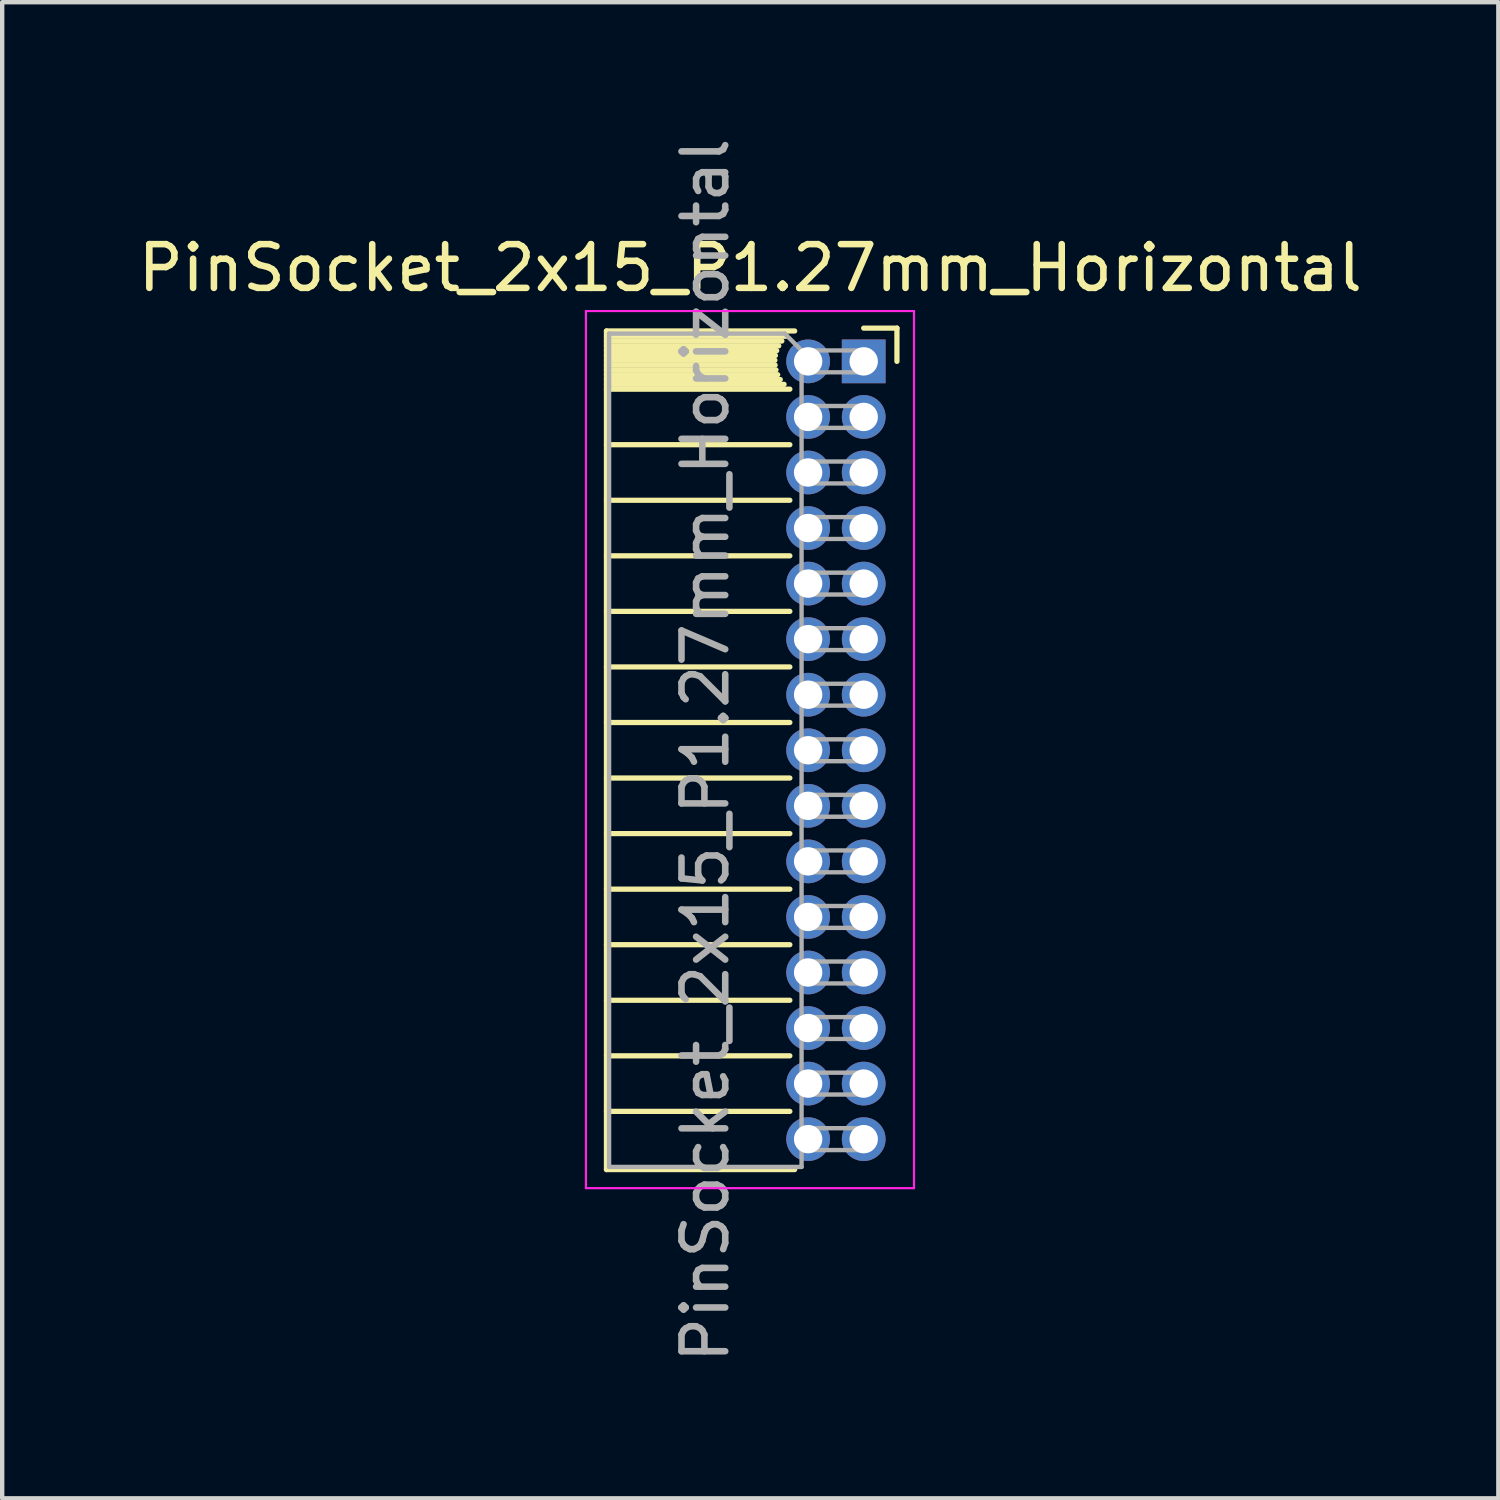
<source format=kicad_pcb>
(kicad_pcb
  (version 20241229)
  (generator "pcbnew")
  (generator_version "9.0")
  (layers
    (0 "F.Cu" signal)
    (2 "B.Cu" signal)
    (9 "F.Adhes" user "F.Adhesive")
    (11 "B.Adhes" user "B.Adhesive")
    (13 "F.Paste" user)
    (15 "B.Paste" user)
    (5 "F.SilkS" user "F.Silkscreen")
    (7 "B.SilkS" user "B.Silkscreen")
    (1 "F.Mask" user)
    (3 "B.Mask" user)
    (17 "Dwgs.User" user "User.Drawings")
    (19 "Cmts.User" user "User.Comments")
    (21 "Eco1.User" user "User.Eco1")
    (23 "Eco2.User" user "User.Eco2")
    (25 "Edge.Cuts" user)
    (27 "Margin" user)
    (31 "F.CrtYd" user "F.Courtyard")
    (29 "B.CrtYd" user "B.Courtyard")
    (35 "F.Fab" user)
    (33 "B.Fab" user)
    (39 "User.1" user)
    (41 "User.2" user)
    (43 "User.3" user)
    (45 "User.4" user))
  (footprint "PinSocket_2x15_P1.27mm_Horizontal"
    (layer "F.Cu")
    (at 16.694 5.211)
    (property "Reference" "PinSocket_2x15_P1.27mm_Horizontal" (at -2.592 -2.135 0) (layer "F.SilkS") (effects (font (size 1 1) (thickness 0.15))))
    (attr through_hole)
    (fp_line (start -5.88 -0.695) (end -5.88 18.475) (stroke (width 0.12) (type solid)) (layer "F.SilkS"))
    (fp_line (start -5.88 -0.695) (end -1.578 -0.695) (stroke (width 0.12) (type solid)) (layer "F.SilkS"))
    (fp_line (start -5.88 -0.575) (end -1.767 -0.575) (stroke (width 0.12) (type solid)) (layer "F.SilkS"))
    (fp_line (start -5.88 -0.465) (end -1.871 -0.465) (stroke (width 0.12) (type solid)) (layer "F.SilkS"))
    (fp_line (start -5.88 -0.355) (end -1.942 -0.355) (stroke (width 0.12) (type solid)) (layer "F.SilkS"))
    (fp_line (start -5.88 -0.245) (end -1.989 -0.245) (stroke (width 0.12) (type solid)) (layer "F.SilkS"))
    (fp_line (start -5.88 -0.135) (end -2.018 -0.135) (stroke (width 0.12) (type solid)) (layer "F.SilkS"))
    (fp_line (start -5.88 -0.025) (end -2.03 -0.025) (stroke (width 0.12) (type solid)) (layer "F.SilkS"))
    (fp_line (start -5.88 0.085) (end -2.025 0.085) (stroke (width 0.12) (type solid)) (layer "F.SilkS"))
    (fp_line (start -5.88 0.195) (end -2.005 0.195) (stroke (width 0.12) (type solid)) (layer "F.SilkS"))
    (fp_line (start -5.88 0.305) (end -1.966 0.305) (stroke (width 0.12) (type solid)) (layer "F.SilkS"))
    (fp_line (start -5.88 0.415) (end -1.907 0.415) (stroke (width 0.12) (type solid)) (layer "F.SilkS"))
    (fp_line (start -5.88 0.525) (end -1.82 0.525) (stroke (width 0.12) (type solid)) (layer "F.SilkS"))
    (fp_line (start -5.88 0.635) (end -1.688 0.635) (stroke (width 0.12) (type solid)) (layer "F.SilkS"))
    (fp_line (start -5.88 1.905) (end -1.688 1.905) (stroke (width 0.12) (type solid)) (layer "F.SilkS"))
    (fp_line (start -5.88 3.175) (end -1.688 3.175) (stroke (width 0.12) (type solid)) (layer "F.SilkS"))
    (fp_line (start -5.88 4.445) (end -1.688 4.445) (stroke (width 0.12) (type solid)) (layer "F.SilkS"))
    (fp_line (start -5.88 5.715) (end -1.688 5.715) (stroke (width 0.12) (type solid)) (layer "F.SilkS"))
    (fp_line (start -5.88 6.985) (end -1.688 6.985) (stroke (width 0.12) (type solid)) (layer "F.SilkS"))
    (fp_line (start -5.88 8.255) (end -1.688 8.255) (stroke (width 0.12) (type solid)) (layer "F.SilkS"))
    (fp_line (start -5.88 9.525) (end -1.688 9.525) (stroke (width 0.12) (type solid)) (layer "F.SilkS"))
    (fp_line (start -5.88 10.795) (end -1.688 10.795) (stroke (width 0.12) (type solid)) (layer "F.SilkS"))
    (fp_line (start -5.88 12.065) (end -1.688 12.065) (stroke (width 0.12) (type solid)) (layer "F.SilkS"))
    (fp_line (start -5.88 13.335) (end -1.688 13.335) (stroke (width 0.12) (type solid)) (layer "F.SilkS"))
    (fp_line (start -5.88 14.605) (end -1.688 14.605) (stroke (width 0.12) (type solid)) (layer "F.SilkS"))
    (fp_line (start -5.88 15.875) (end -1.688 15.875) (stroke (width 0.12) (type solid)) (layer "F.SilkS"))
    (fp_line (start -5.88 17.145) (end -1.688 17.145) (stroke (width 0.12) (type solid)) (layer "F.SilkS"))
    (fp_line (start -5.88 18.475) (end -1.578 18.475) (stroke (width 0.12) (type solid)) (layer "F.SilkS"))
    (fp_line (start 0 -0.76) (end 0.76 -0.76) (stroke (width 0.12) (type solid)) (layer "F.SilkS"))
    (fp_line (start 0.76 -0.76) (end 0.76 0) (stroke (width 0.12) (type solid)) (layer "F.SilkS"))
    (fp_line (start -6.35 -1.15) (end -6.35 18.9) (stroke (width 0.05) (type solid)) (layer "F.CrtYd"))
    (fp_line (start -6.35 18.9) (end 1.15 18.9) (stroke (width 0.05) (type solid)) (layer "F.CrtYd"))
    (fp_line (start 1.15 -1.15) (end -6.35 -1.15) (stroke (width 0.05) (type solid)) (layer "F.CrtYd"))
    (fp_line (start 1.15 18.9) (end 1.15 -1.15) (stroke (width 0.05) (type solid)) (layer "F.CrtYd"))
    (fp_line (start -5.82 -0.635) (end -1.805 -0.635) (stroke (width 0.1) (type solid)) (layer "F.Fab"))
    (fp_line (start -5.82 18.415) (end -5.82 -0.635) (stroke (width 0.1) (type solid)) (layer "F.Fab"))
    (fp_line (start -1.805 -0.635) (end -1.42 -0.25) (stroke (width 0.1) (type solid)) (layer "F.Fab"))
    (fp_line (start -1.42 -0.25) (end -1.42 18.415) (stroke (width 0.1) (type solid)) (layer "F.Fab"))
    (fp_line (start -1.42 0.25) (end 0 0.25) (stroke (width 0.1) (type solid)) (layer "F.Fab"))
    (fp_line (start -1.42 1.52) (end 0 1.52) (stroke (width 0.1) (type solid)) (layer "F.Fab"))
    (fp_line (start -1.42 2.79) (end 0 2.79) (stroke (width 0.1) (type solid)) (layer "F.Fab"))
    (fp_line (start -1.42 4.06) (end 0 4.06) (stroke (width 0.1) (type solid)) (layer "F.Fab"))
    (fp_line (start -1.42 5.33) (end 0 5.33) (stroke (width 0.1) (type solid)) (layer "F.Fab"))
    (fp_line (start -1.42 6.6) (end 0 6.6) (stroke (width 0.1) (type solid)) (layer "F.Fab"))
    (fp_line (start -1.42 7.87) (end 0 7.87) (stroke (width 0.1) (type solid)) (layer "F.Fab"))
    (fp_line (start -1.42 9.14) (end 0 9.14) (stroke (width 0.1) (type solid)) (layer "F.Fab"))
    (fp_line (start -1.42 10.41) (end 0 10.41) (stroke (width 0.1) (type solid)) (layer "F.Fab"))
    (fp_line (start -1.42 11.68) (end 0 11.68) (stroke (width 0.1) (type solid)) (layer "F.Fab"))
    (fp_line (start -1.42 12.95) (end 0 12.95) (stroke (width 0.1) (type solid)) (layer "F.Fab"))
    (fp_line (start -1.42 14.22) (end 0 14.22) (stroke (width 0.1) (type solid)) (layer "F.Fab"))
    (fp_line (start -1.42 15.49) (end 0 15.49) (stroke (width 0.1) (type solid)) (layer "F.Fab"))
    (fp_line (start -1.42 16.76) (end 0 16.76) (stroke (width 0.1) (type solid)) (layer "F.Fab"))
    (fp_line (start -1.42 18.03) (end 0 18.03) (stroke (width 0.1) (type solid)) (layer "F.Fab"))
    (fp_line (start -1.42 18.415) (end -5.82 18.415) (stroke (width 0.1) (type solid)) (layer "F.Fab"))
    (fp_line (start 0 -0.25) (end -1.42 -0.25) (stroke (width 0.1) (type solid)) (layer "F.Fab"))
    (fp_line (start 0 0.25) (end 0 -0.25) (stroke (width 0.1) (type solid)) (layer "F.Fab"))
    (fp_line (start 0 1.02) (end -1.42 1.02) (stroke (width 0.1) (type solid)) (layer "F.Fab"))
    (fp_line (start 0 1.52) (end 0 1.02) (stroke (width 0.1) (type solid)) (layer "F.Fab"))
    (fp_line (start 0 2.29) (end -1.42 2.29) (stroke (width 0.1) (type solid)) (layer "F.Fab"))
    (fp_line (start 0 2.79) (end 0 2.29) (stroke (width 0.1) (type solid)) (layer "F.Fab"))
    (fp_line (start 0 3.56) (end -1.42 3.56) (stroke (width 0.1) (type solid)) (layer "F.Fab"))
    (fp_line (start 0 4.06) (end 0 3.56) (stroke (width 0.1) (type solid)) (layer "F.Fab"))
    (fp_line (start 0 4.83) (end -1.42 4.83) (stroke (width 0.1) (type solid)) (layer "F.Fab"))
    (fp_line (start 0 5.33) (end 0 4.83) (stroke (width 0.1) (type solid)) (layer "F.Fab"))
    (fp_line (start 0 6.1) (end -1.42 6.1) (stroke (width 0.1) (type solid)) (layer "F.Fab"))
    (fp_line (start 0 6.6) (end 0 6.1) (stroke (width 0.1) (type solid)) (layer "F.Fab"))
    (fp_line (start 0 7.37) (end -1.42 7.37) (stroke (width 0.1) (type solid)) (layer "F.Fab"))
    (fp_line (start 0 7.87) (end 0 7.37) (stroke (width 0.1) (type solid)) (layer "F.Fab"))
    (fp_line (start 0 8.64) (end -1.42 8.64) (stroke (width 0.1) (type solid)) (layer "F.Fab"))
    (fp_line (start 0 9.14) (end 0 8.64) (stroke (width 0.1) (type solid)) (layer "F.Fab"))
    (fp_line (start 0 9.91) (end -1.42 9.91) (stroke (width 0.1) (type solid)) (layer "F.Fab"))
    (fp_line (start 0 10.41) (end 0 9.91) (stroke (width 0.1) (type solid)) (layer "F.Fab"))
    (fp_line (start 0 11.18) (end -1.42 11.18) (stroke (width 0.1) (type solid)) (layer "F.Fab"))
    (fp_line (start 0 11.68) (end 0 11.18) (stroke (width 0.1) (type solid)) (layer "F.Fab"))
    (fp_line (start 0 12.45) (end -1.42 12.45) (stroke (width 0.1) (type solid)) (layer "F.Fab"))
    (fp_line (start 0 12.95) (end 0 12.45) (stroke (width 0.1) (type solid)) (layer "F.Fab"))
    (fp_line (start 0 13.72) (end -1.42 13.72) (stroke (width 0.1) (type solid)) (layer "F.Fab"))
    (fp_line (start 0 14.22) (end 0 13.72) (stroke (width 0.1) (type solid)) (layer "F.Fab"))
    (fp_line (start 0 14.99) (end -1.42 14.99) (stroke (width 0.1) (type solid)) (layer "F.Fab"))
    (fp_line (start 0 15.49) (end 0 14.99) (stroke (width 0.1) (type solid)) (layer "F.Fab"))
    (fp_line (start 0 16.26) (end -1.42 16.26) (stroke (width 0.1) (type solid)) (layer "F.Fab"))
    (fp_line (start 0 16.76) (end 0 16.26) (stroke (width 0.1) (type solid)) (layer "F.Fab"))
    (fp_line (start 0 17.53) (end -1.42 17.53) (stroke (width 0.1) (type solid)) (layer "F.Fab"))
    (fp_line (start 0 18.03) (end 0 17.53) (stroke (width 0.1) (type solid)) (layer "F.Fab"))
    (fp_text user "${REFERENCE}" (at -3.62 8.89 90) (layer "F.Fab") (effects (font (size 1 1) (thickness 0.15))))
    (pad "1" thru_hole rect (at 0 0) (size 1 1) (drill 0.65) (layers "*.Cu" "*.Mask"))
    (pad "2" thru_hole oval (at -1.27 0) (size 1 1) (drill 0.65) (layers "*.Cu" "*.Mask"))
    (pad "3" thru_hole oval (at 0 1.27) (size 1 1) (drill 0.65) (layers "*.Cu" "*.Mask"))
    (pad "4" thru_hole oval (at -1.27 1.27) (size 1 1) (drill 0.65) (layers "*.Cu" "*.Mask"))
    (pad "5" thru_hole oval (at 0 2.54) (size 1 1) (drill 0.65) (layers "*.Cu" "*.Mask"))
    (pad "6" thru_hole oval (at -1.27 2.54) (size 1 1) (drill 0.65) (layers "*.Cu" "*.Mask"))
    (pad "7" thru_hole oval (at 0 3.81) (size 1 1) (drill 0.65) (layers "*.Cu" "*.Mask"))
    (pad "8" thru_hole oval (at -1.27 3.81) (size 1 1) (drill 0.65) (layers "*.Cu" "*.Mask"))
    (pad "9" thru_hole oval (at 0 5.08) (size 1 1) (drill 0.65) (layers "*.Cu" "*.Mask"))
    (pad "10" thru_hole oval (at -1.27 5.08) (size 1 1) (drill 0.65) (layers "*.Cu" "*.Mask"))
    (pad "11" thru_hole oval (at 0 6.35) (size 1 1) (drill 0.65) (layers "*.Cu" "*.Mask"))
    (pad "12" thru_hole oval (at -1.27 6.35) (size 1 1) (drill 0.65) (layers "*.Cu" "*.Mask"))
    (pad "13" thru_hole oval (at 0 7.62) (size 1 1) (drill 0.65) (layers "*.Cu" "*.Mask"))
    (pad "14" thru_hole oval (at -1.27 7.62) (size 1 1) (drill 0.65) (layers "*.Cu" "*.Mask"))
    (pad "15" thru_hole oval (at 0 8.89) (size 1 1) (drill 0.65) (layers "*.Cu" "*.Mask"))
    (pad "16" thru_hole oval (at -1.27 8.89) (size 1 1) (drill 0.65) (layers "*.Cu" "*.Mask"))
    (pad "17" thru_hole oval (at 0 10.16) (size 1 1) (drill 0.65) (layers "*.Cu" "*.Mask"))
    (pad "18" thru_hole oval (at -1.27 10.16) (size 1 1) (drill 0.65) (layers "*.Cu" "*.Mask"))
    (pad "19" thru_hole oval (at 0 11.43) (size 1 1) (drill 0.65) (layers "*.Cu" "*.Mask"))
    (pad "20" thru_hole oval (at -1.27 11.43) (size 1 1) (drill 0.65) (layers "*.Cu" "*.Mask"))
    (pad "21" thru_hole oval (at 0 12.7) (size 1 1) (drill 0.65) (layers "*.Cu" "*.Mask"))
    (pad "22" thru_hole oval (at -1.27 12.7) (size 1 1) (drill 0.65) (layers "*.Cu" "*.Mask"))
    (pad "23" thru_hole oval (at 0 13.97) (size 1 1) (drill 0.65) (layers "*.Cu" "*.Mask"))
    (pad "24" thru_hole oval (at -1.27 13.97) (size 1 1) (drill 0.65) (layers "*.Cu" "*.Mask"))
    (pad "25" thru_hole oval (at 0 15.24) (size 1 1) (drill 0.65) (layers "*.Cu" "*.Mask"))
    (pad "26" thru_hole oval (at -1.27 15.24) (size 1 1) (drill 0.65) (layers "*.Cu" "*.Mask"))
    (pad "27" thru_hole oval (at 0 16.51) (size 1 1) (drill 0.65) (layers "*.Cu" "*.Mask"))
    (pad "28" thru_hole oval (at -1.27 16.51) (size 1 1) (drill 0.65) (layers "*.Cu" "*.Mask"))
    (pad "29" thru_hole oval (at 0 17.78) (size 1 1) (drill 0.65) (layers "*.Cu" "*.Mask"))
    (pad "30" thru_hole oval (at -1.27 17.78) (size 1 1) (drill 0.65) (layers "*.Cu" "*.Mask")))
  (gr_rect
    (start -3 -3)
    (end 31.202 31.202)
    (stroke (width 0.1) (type default))
    (fill no)
    (layer "Edge.Cuts")))
</source>
